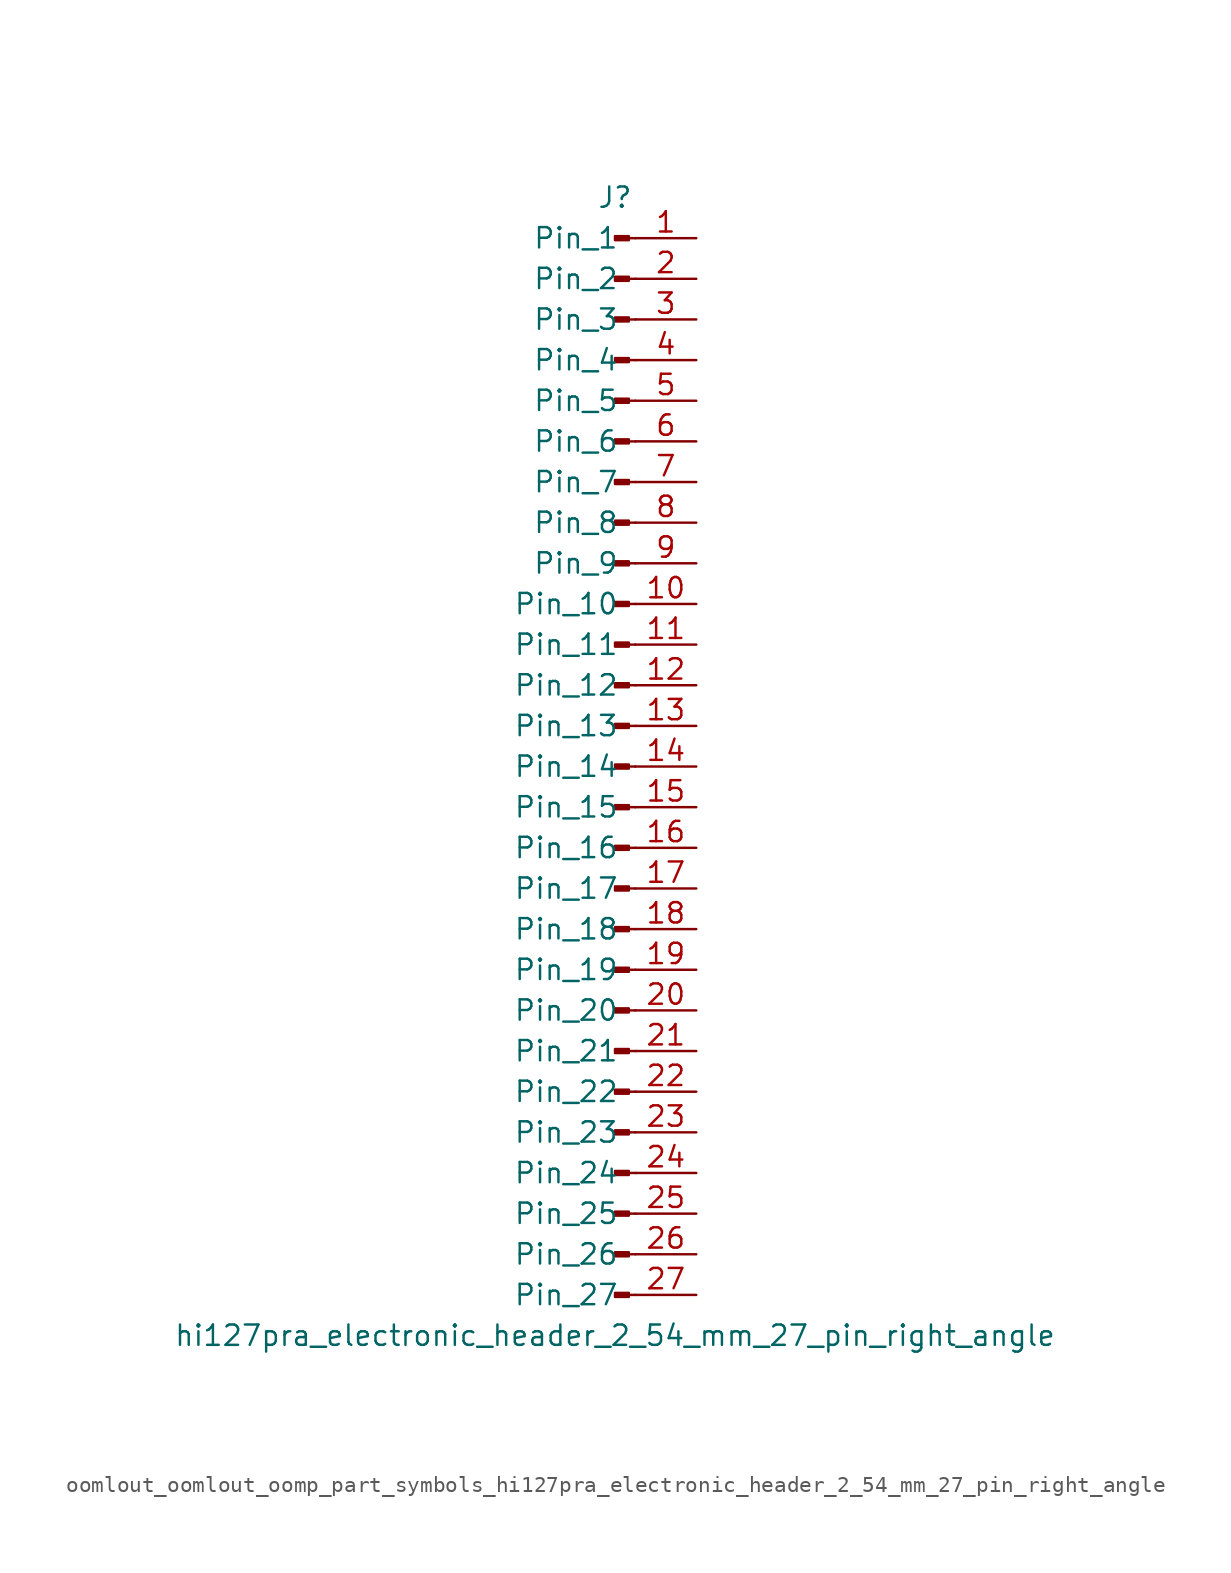
<source format=kicad_sym>
(kicad_symbol_lib
  (version 20220914)
  (generator kicad_symbol_editor)
  (symbol "oomlout_oomlout_oomp_part_symbols_hi127pra_electronic_header_2_54_mm_27_pin_right_angle"
    (pin_names
      (offset 1.016))
    (property "Reference" "J"
      (at 0 35.56 0)
      (effects (font (size 1.27 1.27))))
    (property "Value" "hi127pra_electronic_header_2_54_mm_27_pin_right_angle"
      (at 0 -35.56 0)
      (effects (font (size 1.27 1.27))))
    (property "ki_locked" ""
      (at 0 0 0)
      (effects (font (size 1.27 1.27))))
    (symbol "oomlout_oomlout_oomp_part_symbols_hi127pra_electronic_header_2_54_mm_27_pin_right_angle_1_1"
      (polyline (pts (xy 1.27 -33.02) (xy 0.864 -33.02)) (stroke (width 0.152) (type default)) (fill (type none)))
      (polyline (pts (xy 1.27 -30.48) (xy 0.864 -30.48)) (stroke (width 0.152) (type default)) (fill (type none)))
      (polyline (pts (xy 1.27 -27.94) (xy 0.864 -27.94)) (stroke (width 0.152) (type default)) (fill (type none)))
      (polyline (pts (xy 1.27 -25.4) (xy 0.864 -25.4)) (stroke (width 0.152) (type default)) (fill (type none)))
      (polyline (pts (xy 1.27 -22.86) (xy 0.864 -22.86)) (stroke (width 0.152) (type default)) (fill (type none)))
      (polyline (pts (xy 1.27 -20.32) (xy 0.864 -20.32)) (stroke (width 0.152) (type default)) (fill (type none)))
      (polyline (pts (xy 1.27 -17.78) (xy 0.864 -17.78)) (stroke (width 0.152) (type default)) (fill (type none)))
      (polyline (pts (xy 1.27 -15.24) (xy 0.864 -15.24)) (stroke (width 0.152) (type default)) (fill (type none)))
      (polyline (pts (xy 1.27 -12.7) (xy 0.864 -12.7)) (stroke (width 0.152) (type default)) (fill (type none)))
      (polyline (pts (xy 1.27 -10.16) (xy 0.864 -10.16)) (stroke (width 0.152) (type default)) (fill (type none)))
      (polyline (pts (xy 1.27 -7.62) (xy 0.864 -7.62)) (stroke (width 0.152) (type default)) (fill (type none)))
      (polyline (pts (xy 1.27 -5.08) (xy 0.864 -5.08)) (stroke (width 0.152) (type default)) (fill (type none)))
      (polyline (pts (xy 1.27 -2.54) (xy 0.864 -2.54)) (stroke (width 0.152) (type default)) (fill (type none)))
      (polyline (pts (xy 1.27 0) (xy 0.864 0)) (stroke (width 0.152) (type default)) (fill (type none)))
      (polyline (pts (xy 1.27 2.54) (xy 0.864 2.54)) (stroke (width 0.152) (type default)) (fill (type none)))
      (polyline (pts (xy 1.27 5.08) (xy 0.864 5.08)) (stroke (width 0.152) (type default)) (fill (type none)))
      (polyline (pts (xy 1.27 7.62) (xy 0.864 7.62)) (stroke (width 0.152) (type default)) (fill (type none)))
      (polyline (pts (xy 1.27 10.16) (xy 0.864 10.16)) (stroke (width 0.152) (type default)) (fill (type none)))
      (polyline (pts (xy 1.27 12.7) (xy 0.864 12.7)) (stroke (width 0.152) (type default)) (fill (type none)))
      (polyline (pts (xy 1.27 15.24) (xy 0.864 15.24)) (stroke (width 0.152) (type default)) (fill (type none)))
      (polyline (pts (xy 1.27 17.78) (xy 0.864 17.78)) (stroke (width 0.152) (type default)) (fill (type none)))
      (polyline (pts (xy 1.27 20.32) (xy 0.864 20.32)) (stroke (width 0.152) (type default)) (fill (type none)))
      (polyline (pts (xy 1.27 22.86) (xy 0.864 22.86)) (stroke (width 0.152) (type default)) (fill (type none)))
      (polyline (pts (xy 1.27 25.4) (xy 0.864 25.4)) (stroke (width 0.152) (type default)) (fill (type none)))
      (polyline (pts (xy 1.27 27.94) (xy 0.864 27.94)) (stroke (width 0.152) (type default)) (fill (type none)))
      (polyline (pts (xy 1.27 30.48) (xy 0.864 30.48)) (stroke (width 0.152) (type default)) (fill (type none)))
      (polyline (pts (xy 1.27 33.02) (xy 0.864 33.02)) (stroke (width 0.152) (type default)) (fill (type none)))
      (rectangle (start 0.864 -32.893) (end 0 -33.147) (stroke (width 0.152) (type default)) (fill (type outline)))
      (rectangle (start 0.864 -30.353) (end 0 -30.607) (stroke (width 0.152) (type default)) (fill (type outline)))
      (rectangle (start 0.864 -27.813) (end 0 -28.067) (stroke (width 0.152) (type default)) (fill (type outline)))
      (rectangle (start 0.864 -25.273) (end 0 -25.527) (stroke (width 0.152) (type default)) (fill (type outline)))
      (rectangle (start 0.864 -22.733) (end 0 -22.987) (stroke (width 0.152) (type default)) (fill (type outline)))
      (rectangle (start 0.864 -20.193) (end 0 -20.447) (stroke (width 0.152) (type default)) (fill (type outline)))
      (rectangle (start 0.864 -17.653) (end 0 -17.907) (stroke (width 0.152) (type default)) (fill (type outline)))
      (rectangle (start 0.864 -15.113) (end 0 -15.367) (stroke (width 0.152) (type default)) (fill (type outline)))
      (rectangle (start 0.864 -12.573) (end 0 -12.827) (stroke (width 0.152) (type default)) (fill (type outline)))
      (rectangle (start 0.864 -10.033) (end 0 -10.287) (stroke (width 0.152) (type default)) (fill (type outline)))
      (rectangle (start 0.864 -7.493) (end 0 -7.747) (stroke (width 0.152) (type default)) (fill (type outline)))
      (rectangle (start 0.864 -4.953) (end 0 -5.207) (stroke (width 0.152) (type default)) (fill (type outline)))
      (rectangle (start 0.864 -2.413) (end 0 -2.667) (stroke (width 0.152) (type default)) (fill (type outline)))
      (rectangle (start 0.864 0.127) (end 0 -0.127) (stroke (width 0.152) (type default)) (fill (type outline)))
      (rectangle (start 0.864 2.667) (end 0 2.413) (stroke (width 0.152) (type default)) (fill (type outline)))
      (rectangle (start 0.864 5.207) (end 0 4.953) (stroke (width 0.152) (type default)) (fill (type outline)))
      (rectangle (start 0.864 7.747) (end 0 7.493) (stroke (width 0.152) (type default)) (fill (type outline)))
      (rectangle (start 0.864 10.287) (end 0 10.033) (stroke (width 0.152) (type default)) (fill (type outline)))
      (rectangle (start 0.864 12.827) (end 0 12.573) (stroke (width 0.152) (type default)) (fill (type outline)))
      (rectangle (start 0.864 15.367) (end 0 15.113) (stroke (width 0.152) (type default)) (fill (type outline)))
      (rectangle (start 0.864 17.907) (end 0 17.653) (stroke (width 0.152) (type default)) (fill (type outline)))
      (rectangle (start 0.864 20.447) (end 0 20.193) (stroke (width 0.152) (type default)) (fill (type outline)))
      (rectangle (start 0.864 22.987) (end 0 22.733) (stroke (width 0.152) (type default)) (fill (type outline)))
      (rectangle (start 0.864 25.527) (end 0 25.273) (stroke (width 0.152) (type default)) (fill (type outline)))
      (rectangle (start 0.864 28.067) (end 0 27.813) (stroke (width 0.152) (type default)) (fill (type outline)))
      (rectangle (start 0.864 30.607) (end 0 30.353) (stroke (width 0.152) (type default)) (fill (type outline)))
      (rectangle (start 0.864 33.147) (end 0 32.893) (stroke (width 0.152) (type default)) (fill (type outline)))
      (pin passive line (at 5.08 33.02 180) (length 3.81) (name "Pin_1" (effects (font (size 1.27 1.27)))) (number "1" (effects (font (size 1.27 1.27)))))
      (pin passive line (at 5.08 10.16 180) (length 3.81) (name "Pin_10" (effects (font (size 1.27 1.27)))) (number "10" (effects (font (size 1.27 1.27)))))
      (pin passive line (at 5.08 7.62 180) (length 3.81) (name "Pin_11" (effects (font (size 1.27 1.27)))) (number "11" (effects (font (size 1.27 1.27)))))
      (pin passive line (at 5.08 5.08 180) (length 3.81) (name "Pin_12" (effects (font (size 1.27 1.27)))) (number "12" (effects (font (size 1.27 1.27)))))
      (pin passive line (at 5.08 2.54 180) (length 3.81) (name "Pin_13" (effects (font (size 1.27 1.27)))) (number "13" (effects (font (size 1.27 1.27)))))
      (pin passive line (at 5.08 0 180) (length 3.81) (name "Pin_14" (effects (font (size 1.27 1.27)))) (number "14" (effects (font (size 1.27 1.27)))))
      (pin passive line (at 5.08 -2.54 180) (length 3.81) (name "Pin_15" (effects (font (size 1.27 1.27)))) (number "15" (effects (font (size 1.27 1.27)))))
      (pin passive line (at 5.08 -5.08 180) (length 3.81) (name "Pin_16" (effects (font (size 1.27 1.27)))) (number "16" (effects (font (size 1.27 1.27)))))
      (pin passive line (at 5.08 -7.62 180) (length 3.81) (name "Pin_17" (effects (font (size 1.27 1.27)))) (number "17" (effects (font (size 1.27 1.27)))))
      (pin passive line (at 5.08 -10.16 180) (length 3.81) (name "Pin_18" (effects (font (size 1.27 1.27)))) (number "18" (effects (font (size 1.27 1.27)))))
      (pin passive line (at 5.08 -12.7 180) (length 3.81) (name "Pin_19" (effects (font (size 1.27 1.27)))) (number "19" (effects (font (size 1.27 1.27)))))
      (pin passive line (at 5.08 30.48 180) (length 3.81) (name "Pin_2" (effects (font (size 1.27 1.27)))) (number "2" (effects (font (size 1.27 1.27)))))
      (pin passive line (at 5.08 -15.24 180) (length 3.81) (name "Pin_20" (effects (font (size 1.27 1.27)))) (number "20" (effects (font (size 1.27 1.27)))))
      (pin passive line (at 5.08 -17.78 180) (length 3.81) (name "Pin_21" (effects (font (size 1.27 1.27)))) (number "21" (effects (font (size 1.27 1.27)))))
      (pin passive line (at 5.08 -20.32 180) (length 3.81) (name "Pin_22" (effects (font (size 1.27 1.27)))) (number "22" (effects (font (size 1.27 1.27)))))
      (pin passive line (at 5.08 -22.86 180) (length 3.81) (name "Pin_23" (effects (font (size 1.27 1.27)))) (number "23" (effects (font (size 1.27 1.27)))))
      (pin passive line (at 5.08 -25.4 180) (length 3.81) (name "Pin_24" (effects (font (size 1.27 1.27)))) (number "24" (effects (font (size 1.27 1.27)))))
      (pin passive line (at 5.08 -27.94 180) (length 3.81) (name "Pin_25" (effects (font (size 1.27 1.27)))) (number "25" (effects (font (size 1.27 1.27)))))
      (pin passive line (at 5.08 -30.48 180) (length 3.81) (name "Pin_26" (effects (font (size 1.27 1.27)))) (number "26" (effects (font (size 1.27 1.27)))))
      (pin passive line (at 5.08 -33.02 180) (length 3.81) (name "Pin_27" (effects (font (size 1.27 1.27)))) (number "27" (effects (font (size 1.27 1.27)))))
      (pin passive line (at 5.08 27.94 180) (length 3.81) (name "Pin_3" (effects (font (size 1.27 1.27)))) (number "3" (effects (font (size 1.27 1.27)))))
      (pin passive line (at 5.08 25.4 180) (length 3.81) (name "Pin_4" (effects (font (size 1.27 1.27)))) (number "4" (effects (font (size 1.27 1.27)))))
      (pin passive line (at 5.08 22.86 180) (length 3.81) (name "Pin_5" (effects (font (size 1.27 1.27)))) (number "5" (effects (font (size 1.27 1.27)))))
      (pin passive line (at 5.08 20.32 180) (length 3.81) (name "Pin_6" (effects (font (size 1.27 1.27)))) (number "6" (effects (font (size 1.27 1.27)))))
      (pin passive line (at 5.08 17.78 180) (length 3.81) (name "Pin_7" (effects (font (size 1.27 1.27)))) (number "7" (effects (font (size 1.27 1.27)))))
      (pin passive line (at 5.08 15.24 180) (length 3.81) (name "Pin_8" (effects (font (size 1.27 1.27)))) (number "8" (effects (font (size 1.27 1.27)))))
      (pin passive line (at 5.08 12.7 180) (length 3.81) (name "Pin_9" (effects (font (size 1.27 1.27)))) (number "9" (effects (font (size 1.27 1.27))))))))
</source>
